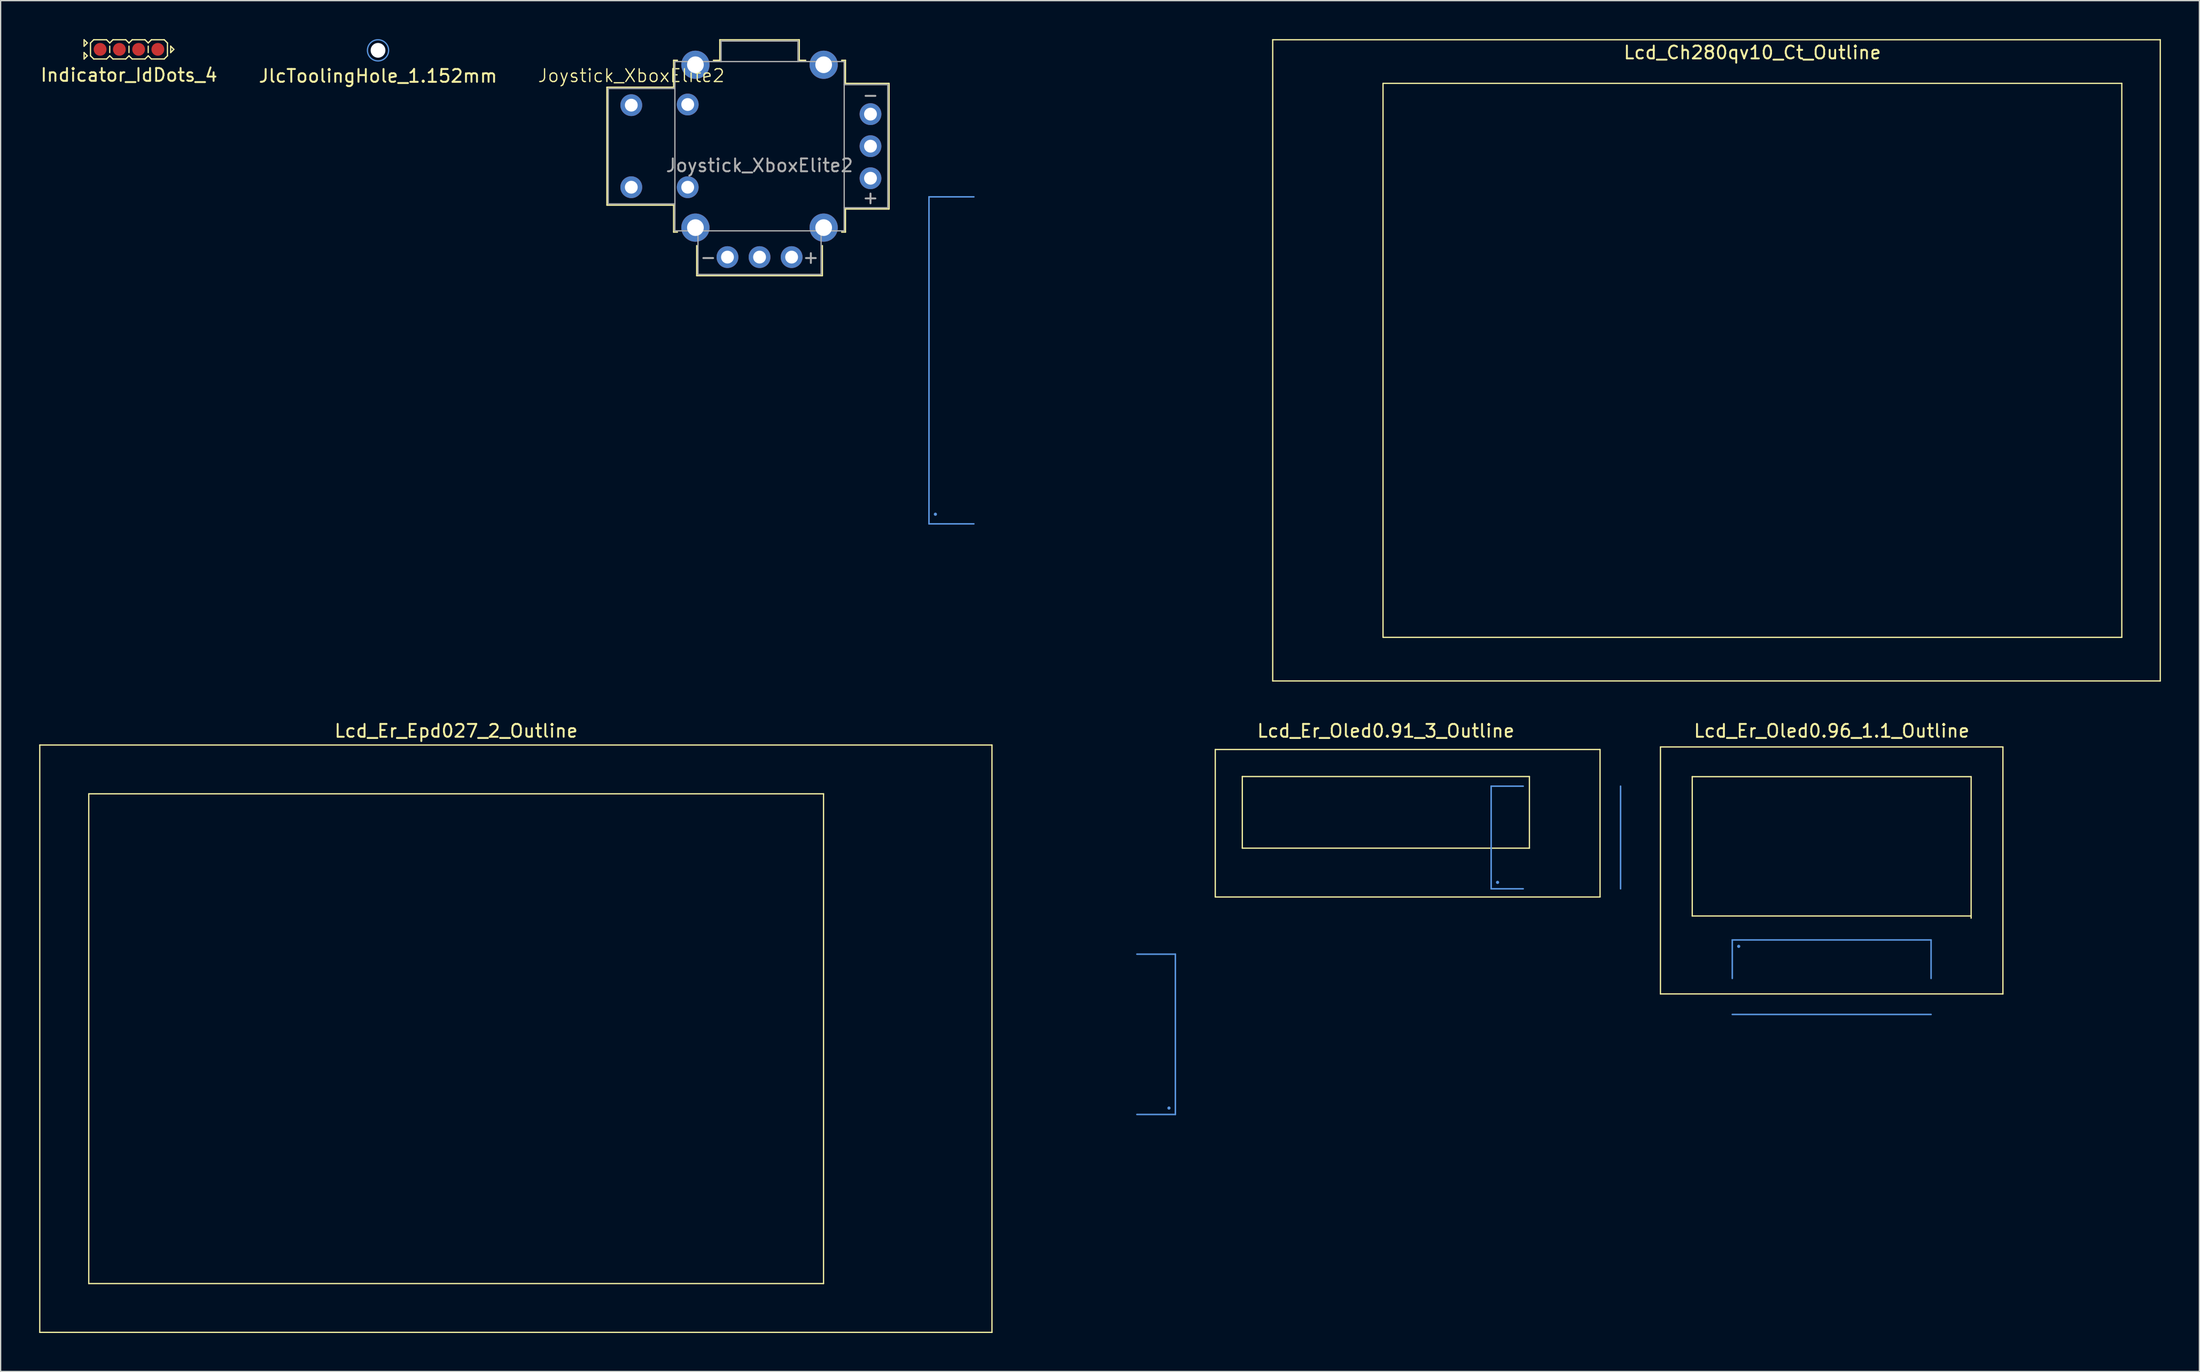
<source format=kicad_pcb>
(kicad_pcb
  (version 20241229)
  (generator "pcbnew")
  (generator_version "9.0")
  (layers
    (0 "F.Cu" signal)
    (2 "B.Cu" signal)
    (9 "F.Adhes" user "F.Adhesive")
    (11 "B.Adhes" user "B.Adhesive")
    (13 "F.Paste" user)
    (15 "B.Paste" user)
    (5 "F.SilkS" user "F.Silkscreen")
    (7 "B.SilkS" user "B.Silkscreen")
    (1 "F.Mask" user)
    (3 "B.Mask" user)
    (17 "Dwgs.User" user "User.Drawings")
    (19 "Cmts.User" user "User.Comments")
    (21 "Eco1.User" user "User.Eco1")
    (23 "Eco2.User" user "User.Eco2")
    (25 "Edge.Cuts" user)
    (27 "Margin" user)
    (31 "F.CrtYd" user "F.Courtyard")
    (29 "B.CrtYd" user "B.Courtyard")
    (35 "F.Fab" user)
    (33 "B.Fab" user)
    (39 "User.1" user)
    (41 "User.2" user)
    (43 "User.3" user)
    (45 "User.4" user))
  (footprint "Joystick_XboxElite2"
    (layer "F.Cu")
    (at 56.169 8.35)
    (property "Reference" "Joystick_XboxElite2" (at -10 -5.5 0) (unlocked yes) (layer "F.SilkS") (effects (font (size 1 1) (thickness 0.1))))
    (attr through_hole)
    (fp_line (start -11.9 -4.6) (end -11.9 4.6) (stroke (width 0.1) (type default)) (layer "F.SilkS"))
    (fp_line (start -6.7 -6.7) (end -6.7 -4.6) (stroke (width 0.1) (type default)) (layer "F.SilkS"))
    (fp_line (start -6.7 -4.6) (end -11.9 -4.6) (stroke (width 0.1) (type default)) (layer "F.SilkS"))
    (fp_line (start -6.7 4.6) (end -11.9 4.6) (stroke (width 0.1) (type default)) (layer "F.SilkS"))
    (fp_line (start -6.7 4.6) (end -6.7 6.7) (stroke (width 0.1) (type default)) (layer "F.SilkS"))
    (fp_line (start -6.4 -6.7) (end -6.7 -6.7) (stroke (width 0.1) (type default)) (layer "F.SilkS"))
    (fp_line (start -6.4 6.7) (end -6.7 6.7) (stroke (width 0.1) (type default)) (layer "F.SilkS"))
    (fp_line (start -4.9 10.1) (end -4.9 7.75) (stroke (width 0.1) (type default)) (layer "F.SilkS"))
    (fp_line (start -3.1 -8.3) (end -3.1 -6.7) (stroke (width 0.1) (type default)) (layer "F.SilkS"))
    (fp_line (start -3.1 -8.3) (end 3.1 -8.3) (stroke (width 0.1) (type default)) (layer "F.SilkS"))
    (fp_line (start -3.1 -6.7) (end -3.6 -6.7) (stroke (width 0.1) (type default)) (layer "F.SilkS"))
    (fp_line (start 3.1 -8.3) (end 3.1 -6.7) (stroke (width 0.1) (type default)) (layer "F.SilkS"))
    (fp_line (start 3.6 -6.7) (end 3.1 -6.7) (stroke (width 0.1) (type default)) (layer "F.SilkS"))
    (fp_line (start 4.9 10.1) (end -4.9 10.1) (stroke (width 0.1) (type default)) (layer "F.SilkS"))
    (fp_line (start 4.9 10.1) (end 4.9 7.75) (stroke (width 0.1) (type default)) (layer "F.SilkS"))
    (fp_line (start 6.4 -6.7) (end 6.7 -6.7) (stroke (width 0.1) (type default)) (layer "F.SilkS"))
    (fp_line (start 6.4 6.7) (end 6.7 6.7) (stroke (width 0.1) (type default)) (layer "F.SilkS"))
    (fp_line (start 6.7 -6.7) (end 6.7 -4.9) (stroke (width 0.1) (type default)) (layer "F.SilkS"))
    (fp_line (start 6.7 4.9) (end 6.7 6.7) (stroke (width 0.1) (type default)) (layer "F.SilkS"))
    (fp_line (start 10.1 -4.9) (end 6.7 -4.9) (stroke (width 0.1) (type default)) (layer "F.SilkS"))
    (fp_line (start 10.1 -4.9) (end 10.1 4.9) (stroke (width 0.1) (type default)) (layer "F.SilkS"))
    (fp_line (start 10.1 4.9) (end 6.7 4.9) (stroke (width 0.1) (type default)) (layer "F.SilkS"))
    (fp_line (start -11.8 -4.5) (end -11.8 4.5) (stroke (width 0.1) (type default)) (layer "F.Fab"))
    (fp_line (start -6.6 -6.6) (end 6.6 -6.6) (stroke (width 0.1) (type default)) (layer "F.Fab"))
    (fp_line (start -6.6 -4.5) (end -11.8 -4.5) (stroke (width 0.1) (type default)) (layer "F.Fab"))
    (fp_line (start -6.6 4.5) (end -11.8 4.5) (stroke (width 0.1) (type default)) (layer "F.Fab"))
    (fp_line (start -6.6 6.6) (end -6.6 -6.6) (stroke (width 0.1) (type default)) (layer "F.Fab"))
    (fp_line (start -6.6 6.6) (end 6.6 6.6) (stroke (width 0.1) (type default)) (layer "F.Fab"))
    (fp_line (start -4.8 10) (end -4.8 6.6) (stroke (width 0.1) (type default)) (layer "F.Fab"))
    (fp_line (start -3 -8.2) (end -3 -6.6) (stroke (width 0.1) (type default)) (layer "F.Fab"))
    (fp_line (start -3 -8.2) (end 3 -8.2) (stroke (width 0.1) (type default)) (layer "F.Fab"))
    (fp_line (start 3 -8.2) (end 3 -6.6) (stroke (width 0.1) (type default)) (layer "F.Fab"))
    (fp_line (start 4.8 10) (end -4.8 10) (stroke (width 0.1) (type default)) (layer "F.Fab"))
    (fp_line (start 4.8 10) (end 4.8 6.6) (stroke (width 0.1) (type default)) (layer "F.Fab"))
    (fp_line (start 6.6 6.6) (end 6.6 -6.6) (stroke (width 0.1) (type default)) (layer "F.Fab"))
    (fp_line (start 10 -4.8) (end 6.6 -4.8) (stroke (width 0.1) (type default)) (layer "F.Fab"))
    (fp_line (start 10 -4.8) (end 10 4.8) (stroke (width 0.1) (type default)) (layer "F.Fab"))
    (fp_line (start 10 4.8) (end 6.6 4.8) (stroke (width 0.1) (type default)) (layer "F.Fab"))
    (fp_text user "+" (at 4 8.65 0) (unlocked yes) (layer "F.Fab") (effects (font (size 1 1) (thickness 0.15))))
    (fp_text user "-" (at 8.65 -4 0) (unlocked yes) (layer "F.Fab") (effects (font (size 1 1) (thickness 0.15))))
    (fp_text user "-" (at -4 8.65 0) (unlocked yes) (layer "F.Fab") (effects (font (size 1 1) (thickness 0.15))))
    (fp_text user "${REFERENCE}" (at 0 1.5 0) (unlocked yes) (layer "F.Fab") (effects (font (size 1 1) (thickness 0.15))))
    (fp_text user "+" (at 8.65 4 0) (unlocked yes) (layer "F.Fab") (effects (font (size 1 1) (thickness 0.15))))
    (pad "1" thru_hole circle (at -10 -3.2) (size 1.7 1.7) (drill 1) (layers "*.Cu" "*.Mask"))
    (pad "1" thru_hole circle (at -10 3.2) (size 1.7 1.7) (drill 1) (layers "*.Cu" "*.Mask"))
    (pad "2" thru_hole circle (at -5.6 -3.25) (size 1.7 1.7) (drill 1) (layers "*.Cu" "*.Mask"))
    (pad "2" thru_hole circle (at -5.6 3.2) (size 1.7 1.7) (drill 1) (layers "*.Cu" "*.Mask"))
    (pad "3" thru_hole circle (at -2.5 8.65 270) (size 1.7 1.7) (drill 1) (layers "*.Cu" "*.Mask"))
    (pad "4" thru_hole circle (at 0 8.65 270) (size 1.7 1.7) (drill 1) (layers "*.Cu" "*.Mask"))
    (pad "5" thru_hole circle (at 2.5 8.65 270) (size 1.7 1.7) (drill 1) (layers "*.Cu" "*.Mask"))
    (pad "6" thru_hole circle (at 8.65 2.5) (size 1.7 1.7) (drill 1) (layers "*.Cu" "*.Mask"))
    (pad "7" thru_hole circle (at 8.65 0) (size 1.7 1.7) (drill 1) (layers "*.Cu" "*.Mask"))
    (pad "8" thru_hole circle (at 8.65 -2.5) (size 1.7 1.7) (drill 1) (layers "*.Cu" "*.Mask"))
    (pad "MP" thru_hole circle (at -5 -6.35) (size 2.2 2.2) (drill 1.3) (layers "*.Cu" "*.Mask"))
    (pad "MP" thru_hole circle (at -5 6.35) (size 2.2 2.2) (drill 1.3) (layers "*.Cu" "*.Mask"))
    (pad "MP" thru_hole circle (at 5 -6.35) (size 2.2 2.2) (drill 1.3) (layers "*.Cu" "*.Mask"))
    (pad "MP" thru_hole circle (at 5 6.35) (size 2.2 2.2) (drill 1.3) (layers "*.Cu" "*.Mask")))
  (footprint "Lcd_Er_Epd027_2_Outline"
    (layer "F.Cu")
    (at 32.514 77.948)
    (property "Reference" "Lcd_Er_Epd027_2_Outline" (at 0 -24 0) (layer "F.SilkS") (effects (font (size 1 1) (thickness 0.15))))
    (attr exclude_from_pos_files)
    (fp_line (start -32.464 -22.9) (end -32.464 22.9) (stroke (width 0.1) (type solid)) (layer "F.SilkS"))
    (fp_line (start -32.464 22.9) (end 41.776 22.9) (stroke (width 0.1) (type solid)) (layer "F.SilkS"))
    (fp_line (start -28.644 -19.096) (end 28.644 -19.096) (stroke (width 0.1) (type solid)) (layer "F.SilkS"))
    (fp_line (start -28.644 19.096) (end -28.644 -19.096) (stroke (width 0.1) (type solid)) (layer "F.SilkS"))
    (fp_line (start 28.644 -19.096) (end 28.644 19.096) (stroke (width 0.1) (type solid)) (layer "F.SilkS"))
    (fp_line (start 28.644 19.096) (end -28.644 19.096) (stroke (width 0.1) (type solid)) (layer "F.SilkS"))
    (fp_line (start 41.776 -22.9) (end -32.464 -22.9) (stroke (width 0.1) (type solid)) (layer "F.SilkS"))
    (fp_line (start 41.776 22.9) (end 41.776 -22.9) (stroke (width 0.1) (type solid)) (layer "F.SilkS"))
    (fp_line (start 53.076 5.91) (end 56.076 5.91) (stroke (width 0.12) (type solid)) (layer "Cmts.User"))
    (fp_line (start 55.576 5.41) (end 55.576 5.41) (stroke (width 0.25) (type solid)) (layer "Cmts.User"))
    (fp_line (start 56.076 -6.59) (end 53.076 -6.59) (stroke (width 0.12) (type solid)) (layer "Cmts.User"))
    (fp_line (start 56.076 -6.59) (end 56.076 5.91) (stroke (width 0.12) (type solid)) (layer "Cmts.User")))
  (footprint "JlcToolingHole_1.152mm"
    (layer "F.Cu")
    (at 26.423 0.875)
    (property "Reference" "JlcToolingHole_1.152mm" (at 0 2 0) (layer "F.SilkS") (effects (font (size 1 1) (thickness 0.15))))
    (attr exclude_from_pos_files exclude_from_bom)
    (fp_circle (center 0 0) (end 0.325 0) (stroke (width 0.65) (type solid)) (fill no) (layer "F.Mask"))
    (fp_circle (center 0 0) (end 0.325 0) (stroke (width 0.65) (type solid)) (fill no) (layer "B.Mask"))
    (fp_circle (center 0 0) (end 0.825 0) (stroke (width 0.1) (type solid)) (fill no) (layer "Cmts.User"))
    (pad "" np_thru_hole circle (at 0 0) (size 1.152 1.152) (drill 1.152) (layers "*.Cu" "*.Mask")))
  (footprint "Lcd_Er_Oled0.96_1.1_Outline"
    (layer "F.Cu")
    (at 139.76 62.948)
    (property "Reference" "Lcd_Er_Oled0.96_1.1_Outline" (at 0 -9 0) (layer "F.SilkS") (effects (font (size 1 1) (thickness 0.15))))
    (attr exclude_from_pos_files)
    (fp_line (start -13.35 -7.75) (end -13.35 11.51) (stroke (width 0.1) (type solid)) (layer "F.SilkS"))
    (fp_line (start -13.35 11.51) (end 13.35 11.51) (stroke (width 0.1) (type solid)) (layer "F.SilkS"))
    (fp_line (start -10.872 -5.432) (end 10.872 -5.432) (stroke (width 0.1) (type solid)) (layer "F.SilkS"))
    (fp_line (start -10.872 5.432) (end -10.872 -5.432) (stroke (width 0.1) (type solid)) (layer "F.SilkS"))
    (fp_line (start 10.872 -5.432) (end 10.872 5.602) (stroke (width 0.1) (type solid)) (layer "F.SilkS"))
    (fp_line (start 10.872 5.432) (end -10.872 5.432) (stroke (width 0.1) (type solid)) (layer "F.SilkS"))
    (fp_line (start 13.35 -7.75) (end -13.35 -7.75) (stroke (width 0.1) (type solid)) (layer "F.SilkS"))
    (fp_line (start 13.35 11.51) (end 13.35 -7.75) (stroke (width 0.1) (type solid)) (layer "F.SilkS"))
    (fp_line (start -7.75 7.3) (end -7.75 10.3) (stroke (width 0.12) (type solid)) (layer "Cmts.User"))
    (fp_line (start -7.75 7.3) (end 7.75 7.3) (stroke (width 0.12) (type solid)) (layer "Cmts.User"))
    (fp_line (start -7.25 7.8) (end -7.25 7.8) (stroke (width 0.25) (type solid)) (layer "Cmts.User"))
    (fp_line (start 7.75 10.3) (end 7.75 7.3) (stroke (width 0.12) (type solid)) (layer "Cmts.User"))
    (fp_line (start 7.75 13.11) (end -7.75 13.11) (stroke (width 0.12) (type solid)) (layer "Cmts.User")))
  (footprint "Lcd_Er_Oled0.91_3_Outline"
    (layer "F.Cu")
    (at 105 60.298)
    (property "Reference" "Lcd_Er_Oled0.91_3_Outline" (at 0 -6.35 0) (layer "F.SilkS") (effects (font (size 1 1) (thickness 0.15))))
    (attr exclude_from_pos_files)
    (fp_line (start -13.3 -4.9) (end -13.3 6.6) (stroke (width 0.1) (type solid)) (layer "F.SilkS"))
    (fp_line (start -13.3 6.6) (end 16.7 6.6) (stroke (width 0.1) (type solid)) (layer "F.SilkS"))
    (fp_line (start -11.192 -2.792) (end 11.192 -2.792) (stroke (width 0.1) (type solid)) (layer "F.SilkS"))
    (fp_line (start -11.192 2.792) (end -11.192 -2.792) (stroke (width 0.1) (type solid)) (layer "F.SilkS"))
    (fp_line (start 11.192 -2.792) (end 11.192 2.792) (stroke (width 0.1) (type solid)) (layer "F.SilkS"))
    (fp_line (start 11.192 2.792) (end -11.192 2.792) (stroke (width 0.1) (type solid)) (layer "F.SilkS"))
    (fp_line (start 16.7 -4.9) (end -13.3 -4.9) (stroke (width 0.1) (type solid)) (layer "F.SilkS"))
    (fp_line (start 16.7 6.6) (end 16.7 -4.9) (stroke (width 0.1) (type solid)) (layer "F.SilkS"))
    (fp_line (start 8.21 5.96) (end 8.21 -2.04) (stroke (width 0.12) (type solid)) (layer "Cmts.User"))
    (fp_line (start 8.21 5.96) (end 10.71 5.96) (stroke (width 0.12) (type solid)) (layer "Cmts.User"))
    (fp_line (start 8.71 5.46) (end 8.71 5.46) (stroke (width 0.25) (type solid)) (layer "Cmts.User"))
    (fp_line (start 10.71 -2.04) (end 8.21 -2.04) (stroke (width 0.12) (type solid)) (layer "Cmts.User"))
    (fp_line (start 18.3 5.96) (end 18.3 -2.04) (stroke (width 0.12) (type solid)) (layer "Cmts.User")))
  (footprint "Lcd_Ch280qv10_Ct_Outline"
    (layer "F.Cu")
    (at 133.579 25.05)
    (property "Reference" "Lcd_Ch280qv10_Ct_Outline" (at 0 -24 0) (layer "F.SilkS") (effects (font (size 1 1) (thickness 0.15))))
    (attr exclude_from_pos_files)
    (fp_line (start -37.4 -25) (end -37.4 25) (stroke (width 0.1) (type solid)) (layer "F.SilkS"))
    (fp_line (start -37.4 25) (end 31.8 25) (stroke (width 0.1) (type solid)) (layer "F.SilkS"))
    (fp_line (start -28.8 -21.6) (end 28.8 -21.6) (stroke (width 0.1) (type solid)) (layer "F.SilkS"))
    (fp_line (start -28.8 21.6) (end -28.8 -21.6) (stroke (width 0.1) (type solid)) (layer "F.SilkS"))
    (fp_line (start 28.8 -21.6) (end 28.8 21.6) (stroke (width 0.1) (type solid)) (layer "F.SilkS"))
    (fp_line (start 28.8 21.6) (end -28.8 21.6) (stroke (width 0.1) (type solid)) (layer "F.SilkS"))
    (fp_line (start 31.8 -25) (end -37.4 -25) (stroke (width 0.1) (type solid)) (layer "F.SilkS"))
    (fp_line (start 31.8 25) (end 31.8 -25) (stroke (width 0.1) (type solid)) (layer "F.SilkS"))
    (fp_line (start -64.2 12.75) (end -64.2 -12.75) (stroke (width 0.12) (type solid)) (layer "Cmts.User"))
    (fp_line (start -64.2 12.75) (end -60.7 12.75) (stroke (width 0.12) (type solid)) (layer "Cmts.User"))
    (fp_line (start -63.7 12) (end -63.7 12) (stroke (width 0.25) (type solid)) (layer "Cmts.User"))
    (fp_line (start -60.7 -12.75) (end -64.2 -12.75) (stroke (width 0.12) (type solid)) (layer "Cmts.User")))
  (footprint "Indicator_IdDots_4"
    (layer "F.Cu")
    (at 7.006 0.8)
    (property "Reference" "Indicator_IdDots_4" (at 0 2 0) (layer "F.SilkS") (effects (font (size 1 1) (thickness 0.15))))
    (attr through_hole)
    (fp_circle (center -2.25 0) (end -2 0) (stroke (width 0.5) (type solid)) (fill no) (layer "F.Cu"))
    (fp_circle (center -0.75 0) (end -0.5 0) (stroke (width 0.5) (type solid)) (fill no) (layer "F.Cu"))
    (fp_circle (center 0.75 0) (end 1 0) (stroke (width 0.5) (type solid)) (fill no) (layer "F.Cu"))
    (fp_circle (center 2.25 0) (end 2.5 0) (stroke (width 0.5) (type solid)) (fill no) (layer "F.Cu"))
    (fp_circle (center -2.25 0) (end -2 0) (stroke (width 0.7) (type solid)) (fill no) (layer "F.Mask"))
    (fp_circle (center -0.75 0) (end -0.5 0) (stroke (width 0.7) (type solid)) (fill no) (layer "F.Mask"))
    (fp_circle (center 0.75 0) (end 1 0) (stroke (width 0.7) (type solid)) (fill no) (layer "F.Mask"))
    (fp_circle (center 2.25 0) (end 2.5 0) (stroke (width 0.7) (type solid)) (fill no) (layer "F.Mask"))
    (fp_line (start -3.5 -0.75) (end -3.25 -0.5) (stroke (width 0.1) (type solid)) (layer "F.SilkS"))
    (fp_line (start -3.5 -0.25) (end -3.5 -0.75) (stroke (width 0.1) (type solid)) (layer "F.SilkS"))
    (fp_line (start -3.5 0.25) (end -3.25 0.5) (stroke (width 0.1) (type solid)) (layer "F.SilkS"))
    (fp_line (start -3.5 0.75) (end -3.5 0.25) (stroke (width 0.1) (type solid)) (layer "F.SilkS"))
    (fp_line (start -3.25 -0.5) (end -3.5 -0.25) (stroke (width 0.1) (type solid)) (layer "F.SilkS"))
    (fp_line (start -3.25 0.5) (end -3.5 0.75) (stroke (width 0.1) (type solid)) (layer "F.SilkS"))
    (fp_line (start -3 -0.5) (end -3 0.5) (stroke (width 0.1) (type solid)) (layer "F.SilkS"))
    (fp_line (start -3 0.5) (end -2.75 0.75) (stroke (width 0.1) (type solid)) (layer "F.SilkS"))
    (fp_line (start -2.75 -0.75) (end -3 -0.5) (stroke (width 0.1) (type solid)) (layer "F.SilkS"))
    (fp_line (start -2.75 0.75) (end -1.75 0.75) (stroke (width 0.1) (type solid)) (layer "F.SilkS"))
    (fp_line (start -1.75 -0.75) (end -2.75 -0.75) (stroke (width 0.1) (type solid)) (layer "F.SilkS"))
    (fp_line (start -1.75 0.75) (end -1.5 0.5) (stroke (width 0.1) (type solid)) (layer "F.SilkS"))
    (fp_line (start -1.5 -0.5) (end -1.75 -0.75) (stroke (width 0.1) (type solid)) (layer "F.SilkS"))
    (fp_line (start -1.5 0.25) (end -1.5 -0.25) (stroke (width 0.1) (type solid)) (layer "F.SilkS"))
    (fp_line (start -1.5 0.5) (end -1.25 0.75) (stroke (width 0.1) (type solid)) (layer "F.SilkS"))
    (fp_line (start -1.25 -0.75) (end -1.5 -0.5) (stroke (width 0.1) (type solid)) (layer "F.SilkS"))
    (fp_line (start -1.25 0.75) (end -0.25 0.75) (stroke (width 0.1) (type solid)) (layer "F.SilkS"))
    (fp_line (start -0.25 -0.75) (end -1.25 -0.75) (stroke (width 0.1) (type solid)) (layer "F.SilkS"))
    (fp_line (start -0.25 0.75) (end 0 0.5) (stroke (width 0.1) (type solid)) (layer "F.SilkS"))
    (fp_line (start 0 -0.5) (end -0.25 -0.75) (stroke (width 0.1) (type solid)) (layer "F.SilkS"))
    (fp_line (start 0 0.25) (end 0 -0.25) (stroke (width 0.1) (type solid)) (layer "F.SilkS"))
    (fp_line (start 0 0.5) (end 0.25 0.75) (stroke (width 0.1) (type solid)) (layer "F.SilkS"))
    (fp_line (start 0.25 -0.75) (end 0 -0.5) (stroke (width 0.1) (type solid)) (layer "F.SilkS"))
    (fp_line (start 0.25 0.75) (end 1.25 0.75) (stroke (width 0.1) (type solid)) (layer "F.SilkS"))
    (fp_line (start 1.25 -0.75) (end 0.25 -0.75) (stroke (width 0.1) (type solid)) (layer "F.SilkS"))
    (fp_line (start 1.25 0.75) (end 1.5 0.5) (stroke (width 0.1) (type solid)) (layer "F.SilkS"))
    (fp_line (start 1.5 -0.5) (end 1.25 -0.75) (stroke (width 0.1) (type solid)) (layer "F.SilkS"))
    (fp_line (start 1.5 0.25) (end 1.5 -0.25) (stroke (width 0.1) (type solid)) (layer "F.SilkS"))
    (fp_line (start 1.5 0.5) (end 1.75 0.75) (stroke (width 0.1) (type solid)) (layer "F.SilkS"))
    (fp_line (start 1.75 -0.75) (end 1.5 -0.5) (stroke (width 0.1) (type solid)) (layer "F.SilkS"))
    (fp_line (start 1.75 0.75) (end 2.75 0.75) (stroke (width 0.1) (type solid)) (layer "F.SilkS"))
    (fp_line (start 2.75 -0.75) (end 1.75 -0.75) (stroke (width 0.1) (type solid)) (layer "F.SilkS"))
    (fp_line (start 2.75 0.75) (end 3 0.5) (stroke (width 0.1) (type solid)) (layer "F.SilkS"))
    (fp_line (start 3 -0.5) (end 2.75 -0.75) (stroke (width 0.1) (type solid)) (layer "F.SilkS"))
    (fp_line (start 3 0.5) (end 3 -0.5) (stroke (width 0.1) (type solid)) (layer "F.SilkS"))
    (fp_line (start 3.25 -0.25) (end 3.5 0) (stroke (width 0.1) (type solid)) (layer "F.SilkS"))
    (fp_line (start 3.25 0.25) (end 3.25 -0.25) (stroke (width 0.1) (type solid)) (layer "F.SilkS"))
    (fp_line (start 3.5 0) (end 3.25 0.25) (stroke (width 0.1) (type solid)) (layer "F.SilkS")))
  (gr_rect
    (start -3 -3)
    (end 168.429 103.898)
    (stroke (width 0.1) (type default))
    (fill no)
    (layer "Edge.Cuts")))
</source>
